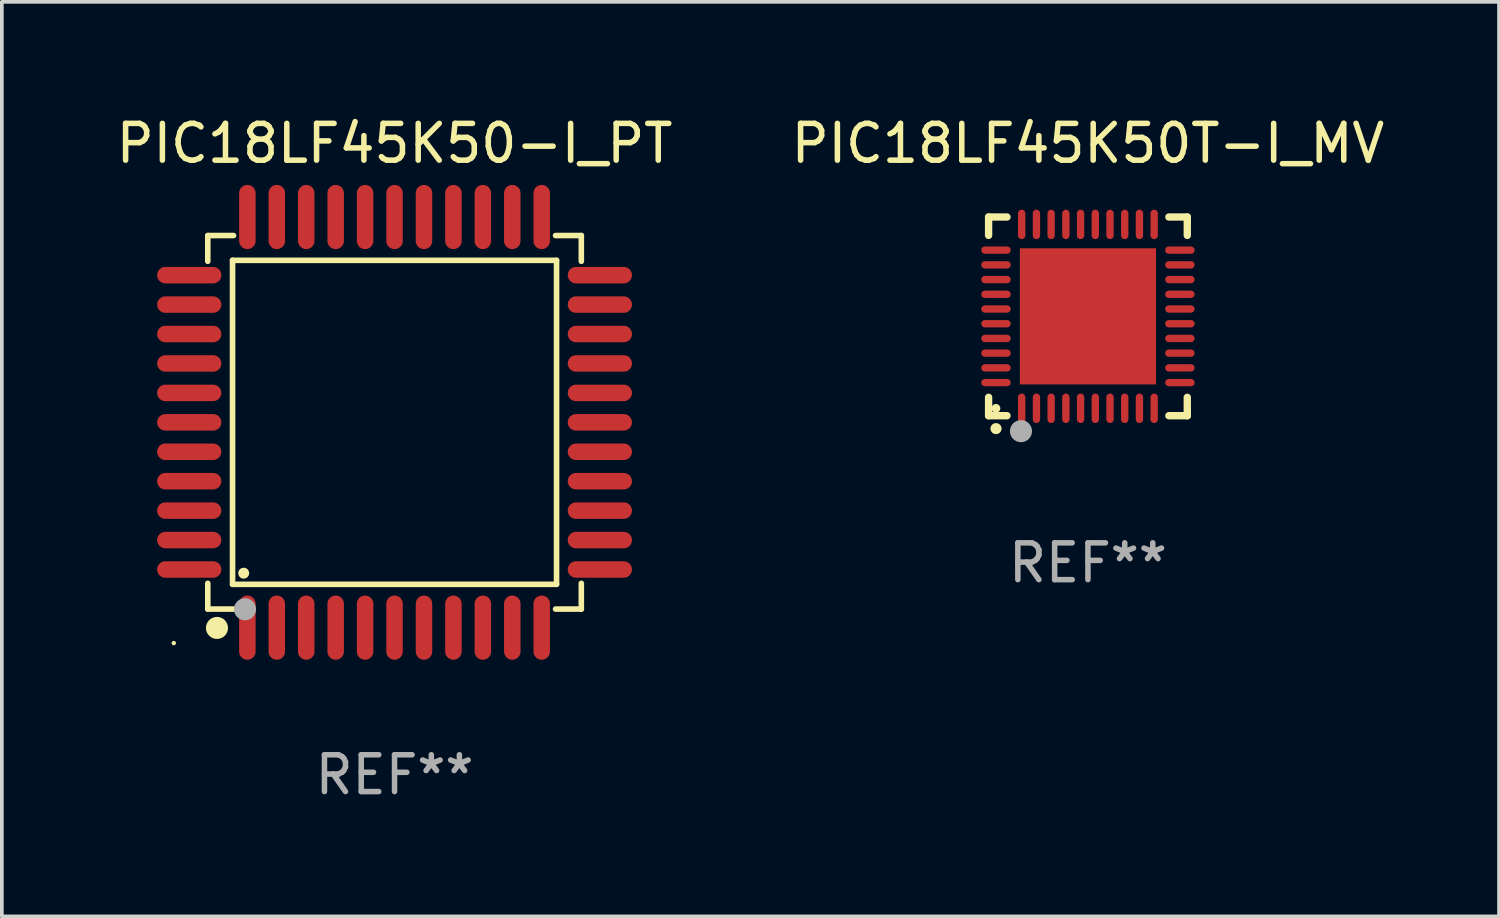
<source format=kicad_pcb>
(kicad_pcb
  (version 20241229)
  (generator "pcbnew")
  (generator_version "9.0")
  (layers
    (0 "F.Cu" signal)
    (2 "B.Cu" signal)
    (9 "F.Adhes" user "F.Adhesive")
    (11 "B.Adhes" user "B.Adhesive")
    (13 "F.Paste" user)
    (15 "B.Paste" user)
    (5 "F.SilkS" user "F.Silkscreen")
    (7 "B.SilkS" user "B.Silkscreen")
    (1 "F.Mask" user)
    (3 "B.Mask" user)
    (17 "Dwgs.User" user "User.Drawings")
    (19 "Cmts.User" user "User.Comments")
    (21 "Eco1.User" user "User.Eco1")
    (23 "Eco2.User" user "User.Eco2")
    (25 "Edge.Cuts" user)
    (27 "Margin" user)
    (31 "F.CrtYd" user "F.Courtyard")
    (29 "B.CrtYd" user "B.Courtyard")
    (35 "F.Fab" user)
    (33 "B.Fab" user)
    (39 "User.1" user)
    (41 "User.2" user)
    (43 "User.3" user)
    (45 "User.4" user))
  (footprint "PIC18LF45K50-I_PT"
    (layer "F.Cu")
    (at 7.673 8.428)
    (property "Reference" "PIC18LF45K50-I_PT" (at 0 -7.58 0) (layer "F.SilkS") (effects (font (size 1 1) (thickness 0.15))))
    (attr through_hole)
    (fp_line (start -5.076 -5.076) (end -5.076 -4.376) (stroke (width 0.152) (type solid)) (layer "F.SilkS"))
    (fp_line (start -5.076 5.076) (end -5.076 4.376) (stroke (width 0.152) (type solid)) (layer "F.SilkS"))
    (fp_line (start -4.403 -4.403) (end 4.403 -4.403) (stroke (width 0.152) (type solid)) (layer "F.SilkS"))
    (fp_line (start -4.403 4.403) (end -4.403 -4.403) (stroke (width 0.152) (type solid)) (layer "F.SilkS"))
    (fp_line (start -4.376 -5.076) (end -5.076 -5.076) (stroke (width 0.152) (type solid)) (layer "F.SilkS"))
    (fp_line (start -4.376 5.076) (end -5.076 5.076) (stroke (width 0.152) (type solid)) (layer "F.SilkS"))
    (fp_line (start 4.376 -5.076) (end 5.076 -5.076) (stroke (width 0.152) (type solid)) (layer "F.SilkS"))
    (fp_line (start 4.376 5.076) (end 5.076 5.076) (stroke (width 0.152) (type solid)) (layer "F.SilkS"))
    (fp_line (start 4.403 -4.403) (end 4.403 4.403) (stroke (width 0.152) (type solid)) (layer "F.SilkS"))
    (fp_line (start 4.403 4.403) (end -4.403 4.403) (stroke (width 0.152) (type solid)) (layer "F.SilkS"))
    (fp_line (start 5.076 -5.076) (end 5.076 -4.376) (stroke (width 0.152) (type solid)) (layer "F.SilkS"))
    (fp_line (start 5.076 5.076) (end 5.076 4.376) (stroke (width 0.152) (type solid)) (layer "F.SilkS"))
    (fp_circle (center -6 6) (end -5.97 6) (stroke (width 0.06) (type solid)) (fill no) (layer "F.SilkS"))
    (fp_circle (center -4.826 5.588) (end -4.676 5.588) (stroke (width 0.3) (type solid)) (fill no) (layer "F.SilkS"))
    (fp_circle (center -4.1 4.1) (end -4.025 4.1) (stroke (width 0.15) (type solid)) (fill no) (layer "F.SilkS"))
    (fp_circle (center -4.064 5.08) (end -3.914 5.08) (stroke (width 0.3) (type solid)) (fill no) (layer "F.Fab"))
    (fp_text user "REF**" (at 0 9.58 0) (layer "F.Fab") (effects (font (size 1 1) (thickness 0.15))))
    (pad "1" smd oval (at -4 5.58) (size 0.448 1.745) (layers "F.Cu" "F.Mask" "F.Paste"))
    (pad "2" smd oval (at -3.2 5.58) (size 0.448 1.745) (layers "F.Cu" "F.Mask" "F.Paste"))
    (pad "3" smd oval (at -2.4 5.58) (size 0.448 1.745) (layers "F.Cu" "F.Mask" "F.Paste"))
    (pad "4" smd oval (at -1.6 5.58) (size 0.448 1.745) (layers "F.Cu" "F.Mask" "F.Paste"))
    (pad "5" smd oval (at -0.8 5.58) (size 0.448 1.745) (layers "F.Cu" "F.Mask" "F.Paste"))
    (pad "6" smd oval (at 0 5.58) (size 0.448 1.745) (layers "F.Cu" "F.Mask" "F.Paste"))
    (pad "7" smd oval (at 0.8 5.58) (size 0.448 1.745) (layers "F.Cu" "F.Mask" "F.Paste"))
    (pad "8" smd oval (at 1.6 5.58) (size 0.448 1.745) (layers "F.Cu" "F.Mask" "F.Paste"))
    (pad "9" smd oval (at 2.4 5.58) (size 0.448 1.745) (layers "F.Cu" "F.Mask" "F.Paste"))
    (pad "10" smd oval (at 3.2 5.58) (size 0.448 1.745) (layers "F.Cu" "F.Mask" "F.Paste"))
    (pad "11" smd oval (at 4 5.58) (size 0.448 1.745) (layers "F.Cu" "F.Mask" "F.Paste"))
    (pad "12" smd oval (at 5.58 4) (size 1.745 0.448) (layers "F.Cu" "F.Mask" "F.Paste"))
    (pad "13" smd oval (at 5.58 3.2) (size 1.745 0.448) (layers "F.Cu" "F.Mask" "F.Paste"))
    (pad "14" smd oval (at 5.58 2.4) (size 1.745 0.448) (layers "F.Cu" "F.Mask" "F.Paste"))
    (pad "15" smd oval (at 5.58 1.6) (size 1.745 0.448) (layers "F.Cu" "F.Mask" "F.Paste"))
    (pad "16" smd oval (at 5.58 0.8) (size 1.745 0.448) (layers "F.Cu" "F.Mask" "F.Paste"))
    (pad "17" smd oval (at 5.58 0) (size 1.745 0.448) (layers "F.Cu" "F.Mask" "F.Paste"))
    (pad "18" smd oval (at 5.58 -0.8) (size 1.745 0.448) (layers "F.Cu" "F.Mask" "F.Paste"))
    (pad "19" smd oval (at 5.58 -1.6) (size 1.745 0.448) (layers "F.Cu" "F.Mask" "F.Paste"))
    (pad "20" smd oval (at 5.58 -2.4) (size 1.745 0.448) (layers "F.Cu" "F.Mask" "F.Paste"))
    (pad "21" smd oval (at 5.58 -3.2) (size 1.745 0.448) (layers "F.Cu" "F.Mask" "F.Paste"))
    (pad "22" smd oval (at 5.58 -4) (size 1.745 0.448) (layers "F.Cu" "F.Mask" "F.Paste"))
    (pad "23" smd oval (at 4 -5.58) (size 0.448 1.745) (layers "F.Cu" "F.Mask" "F.Paste"))
    (pad "24" smd oval (at 3.2 -5.58) (size 0.448 1.745) (layers "F.Cu" "F.Mask" "F.Paste"))
    (pad "25" smd oval (at 2.4 -5.58) (size 0.448 1.745) (layers "F.Cu" "F.Mask" "F.Paste"))
    (pad "26" smd oval (at 1.6 -5.58) (size 0.448 1.745) (layers "F.Cu" "F.Mask" "F.Paste"))
    (pad "27" smd oval (at 0.8 -5.58) (size 0.448 1.745) (layers "F.Cu" "F.Mask" "F.Paste"))
    (pad "28" smd oval (at 0 -5.58) (size 0.448 1.745) (layers "F.Cu" "F.Mask" "F.Paste"))
    (pad "29" smd oval (at -0.8 -5.58) (size 0.448 1.745) (layers "F.Cu" "F.Mask" "F.Paste"))
    (pad "30" smd oval (at -1.6 -5.58) (size 0.448 1.745) (layers "F.Cu" "F.Mask" "F.Paste"))
    (pad "31" smd oval (at -2.4 -5.58) (size 0.448 1.745) (layers "F.Cu" "F.Mask" "F.Paste"))
    (pad "32" smd oval (at -3.2 -5.58) (size 0.448 1.745) (layers "F.Cu" "F.Mask" "F.Paste"))
    (pad "33" smd oval (at -4 -5.58) (size 0.448 1.745) (layers "F.Cu" "F.Mask" "F.Paste"))
    (pad "34" smd oval (at -5.58 -4) (size 1.745 0.448) (layers "F.Cu" "F.Mask" "F.Paste"))
    (pad "35" smd oval (at -5.58 -3.2) (size 1.745 0.448) (layers "F.Cu" "F.Mask" "F.Paste"))
    (pad "36" smd oval (at -5.58 -2.4) (size 1.745 0.448) (layers "F.Cu" "F.Mask" "F.Paste"))
    (pad "37" smd oval (at -5.58 -1.6) (size 1.745 0.448) (layers "F.Cu" "F.Mask" "F.Paste"))
    (pad "38" smd oval (at -5.58 -0.8) (size 1.745 0.448) (layers "F.Cu" "F.Mask" "F.Paste"))
    (pad "39" smd oval (at -5.58 0) (size 1.745 0.448) (layers "F.Cu" "F.Mask" "F.Paste"))
    (pad "40" smd oval (at -5.58 0.8) (size 1.745 0.448) (layers "F.Cu" "F.Mask" "F.Paste"))
    (pad "41" smd oval (at -5.58 1.6) (size 1.745 0.448) (layers "F.Cu" "F.Mask" "F.Paste"))
    (pad "42" smd oval (at -5.58 2.4) (size 1.745 0.448) (layers "F.Cu" "F.Mask" "F.Paste"))
    (pad "43" smd oval (at -5.58 3.2) (size 1.745 0.448) (layers "F.Cu" "F.Mask" "F.Paste"))
    (pad "44" smd oval (at -5.58 4) (size 1.745 0.448) (layers "F.Cu" "F.Mask" "F.Paste")))
  (footprint "PIC18LF45K50T-I_MV"
    (layer "F.Cu")
    (at 26.518 5.548)
    (property "Reference" "PIC18LF45K50T-I_MV" (at 0 -4.7 0) (layer "F.SilkS") (effects (font (size 1 1) (thickness 0.15))))
    (attr through_hole)
    (fp_line (start -2.7 -2.7) (end -2.7 -2.2) (stroke (width 0.2) (type solid)) (layer "F.SilkS"))
    (fp_line (start -2.7 2.7) (end -2.7 2.2) (stroke (width 0.2) (type solid)) (layer "F.SilkS"))
    (fp_line (start -2.2 -2.7) (end -2.7 -2.7) (stroke (width 0.2) (type solid)) (layer "F.SilkS"))
    (fp_line (start -2.2 2.7) (end -2.7 2.7) (stroke (width 0.2) (type solid)) (layer "F.SilkS"))
    (fp_line (start 2.7 -2.7) (end 2.2 -2.7) (stroke (width 0.2) (type solid)) (layer "F.SilkS"))
    (fp_line (start 2.7 -2.2) (end 2.7 -2.7) (stroke (width 0.2) (type solid)) (layer "F.SilkS"))
    (fp_line (start 2.7 2.2) (end 2.7 2.7) (stroke (width 0.2) (type solid)) (layer "F.SilkS"))
    (fp_line (start 2.7 2.7) (end 2.2 2.7) (stroke (width 0.2) (type solid)) (layer "F.SilkS"))
    (fp_arc (start -2.499365 3.050546) (mid -2.498095 3.050541) (end -2.496825 3.050546) (stroke (width 0.3) (type solid)) (layer "F.SilkS"))
    (fp_circle (center -2.5 2.5) (end -2.44 2.5) (stroke (width 0.12) (type solid)) (fill no) (layer "F.SilkS"))
    (fp_circle (center -1.82 3.12) (end -1.67 3.12) (stroke (width 0.3) (type solid)) (fill no) (layer "F.Fab"))
    (fp_text user "REF**" (at 0 6.7 0) (layer "F.Fab") (effects (font (size 1 1) (thickness 0.15))))
    (pad "1" smd oval (at -1.8 2.499) (size 0.2 0.8) (layers "F.Cu" "F.Mask" "F.Paste"))
    (pad "2" smd oval (at -1.4 2.499) (size 0.2 0.8) (layers "F.Cu" "F.Mask" "F.Paste"))
    (pad "3" smd oval (at -1 2.499) (size 0.2 0.8) (layers "F.Cu" "F.Mask" "F.Paste"))
    (pad "4" smd oval (at -0.6 2.499) (size 0.2 0.8) (layers "F.Cu" "F.Mask" "F.Paste"))
    (pad "5" smd oval (at -0.2 2.499) (size 0.2 0.8) (layers "F.Cu" "F.Mask" "F.Paste"))
    (pad "6" smd oval (at 0.2 2.499) (size 0.2 0.8) (layers "F.Cu" "F.Mask" "F.Paste"))
    (pad "7" smd oval (at 0.6 2.499) (size 0.2 0.8) (layers "F.Cu" "F.Mask" "F.Paste"))
    (pad "8" smd oval (at 1 2.499) (size 0.2 0.8) (layers "F.Cu" "F.Mask" "F.Paste"))
    (pad "9" smd oval (at 1.4 2.499) (size 0.2 0.8) (layers "F.Cu" "F.Mask" "F.Paste"))
    (pad "10" smd oval (at 1.8 2.499) (size 0.2 0.8) (layers "F.Cu" "F.Mask" "F.Paste"))
    (pad "11" smd oval (at 2.499 1.8) (size 0.8 0.2) (layers "F.Cu" "F.Mask" "F.Paste"))
    (pad "12" smd oval (at 2.499 1.4) (size 0.8 0.2) (layers "F.Cu" "F.Mask" "F.Paste"))
    (pad "13" smd oval (at 2.499 1) (size 0.8 0.2) (layers "F.Cu" "F.Mask" "F.Paste"))
    (pad "14" smd oval (at 2.499 0.6) (size 0.8 0.2) (layers "F.Cu" "F.Mask" "F.Paste"))
    (pad "15" smd oval (at 2.499 0.2) (size 0.8 0.2) (layers "F.Cu" "F.Mask" "F.Paste"))
    (pad "16" smd oval (at 2.499 -0.2) (size 0.8 0.2) (layers "F.Cu" "F.Mask" "F.Paste"))
    (pad "17" smd oval (at 2.499 -0.6) (size 0.8 0.2) (layers "F.Cu" "F.Mask" "F.Paste"))
    (pad "18" smd oval (at 2.499 -1) (size 0.8 0.2) (layers "F.Cu" "F.Mask" "F.Paste"))
    (pad "19" smd oval (at 2.499 -1.4) (size 0.8 0.2) (layers "F.Cu" "F.Mask" "F.Paste"))
    (pad "20" smd oval (at 2.499 -1.8) (size 0.8 0.2) (layers "F.Cu" "F.Mask" "F.Paste"))
    (pad "21" smd oval (at 1.8 -2.499) (size 0.2 0.8) (layers "F.Cu" "F.Mask" "F.Paste"))
    (pad "22" smd oval (at 1.4 -2.499) (size 0.2 0.8) (layers "F.Cu" "F.Mask" "F.Paste"))
    (pad "23" smd oval (at 1 -2.499) (size 0.2 0.8) (layers "F.Cu" "F.Mask" "F.Paste"))
    (pad "24" smd oval (at 0.6 -2.499) (size 0.2 0.8) (layers "F.Cu" "F.Mask" "F.Paste"))
    (pad "25" smd oval (at 0.2 -2.499) (size 0.2 0.8) (layers "F.Cu" "F.Mask" "F.Paste"))
    (pad "26" smd oval (at -0.2 -2.499) (size 0.2 0.8) (layers "F.Cu" "F.Mask" "F.Paste"))
    (pad "27" smd oval (at -0.6 -2.499) (size 0.2 0.8) (layers "F.Cu" "F.Mask" "F.Paste"))
    (pad "28" smd oval (at -1 -2.499) (size 0.2 0.8) (layers "F.Cu" "F.Mask" "F.Paste"))
    (pad "29" smd oval (at -1.4 -2.499) (size 0.2 0.8) (layers "F.Cu" "F.Mask" "F.Paste"))
    (pad "30" smd oval (at -1.8 -2.499) (size 0.2 0.8) (layers "F.Cu" "F.Mask" "F.Paste"))
    (pad "31" smd oval (at -2.499 -1.8) (size 0.8 0.2) (layers "F.Cu" "F.Mask" "F.Paste"))
    (pad "32" smd oval (at -2.499 -1.4) (size 0.8 0.2) (layers "F.Cu" "F.Mask" "F.Paste"))
    (pad "33" smd oval (at -2.499 -1) (size 0.8 0.2) (layers "F.Cu" "F.Mask" "F.Paste"))
    (pad "34" smd oval (at -2.499 -0.6) (size 0.8 0.2) (layers "F.Cu" "F.Mask" "F.Paste"))
    (pad "35" smd oval (at -2.499 -0.2) (size 0.8 0.2) (layers "F.Cu" "F.Mask" "F.Paste"))
    (pad "36" smd oval (at -2.499 0.2) (size 0.8 0.2) (layers "F.Cu" "F.Mask" "F.Paste"))
    (pad "37" smd oval (at -2.499 0.6) (size 0.8 0.2) (layers "F.Cu" "F.Mask" "F.Paste"))
    (pad "38" smd oval (at -2.499 1) (size 0.8 0.2) (layers "F.Cu" "F.Mask" "F.Paste"))
    (pad "39" smd oval (at -2.499 1.4) (size 0.8 0.2) (layers "F.Cu" "F.Mask" "F.Paste"))
    (pad "40" smd oval (at -2.499 1.8) (size 0.8 0.2) (layers "F.Cu" "F.Mask" "F.Paste"))
    (pad "41" smd rect (at 0 0) (size 3.7 3.7) (layers "F.Cu" "F.Mask" "F.Paste")))
  (gr_rect
    (start -3 -3)
    (end 37.69 21.856)
    (stroke (width 0.1) (type default))
    (fill no)
    (layer "Edge.Cuts")))
</source>
